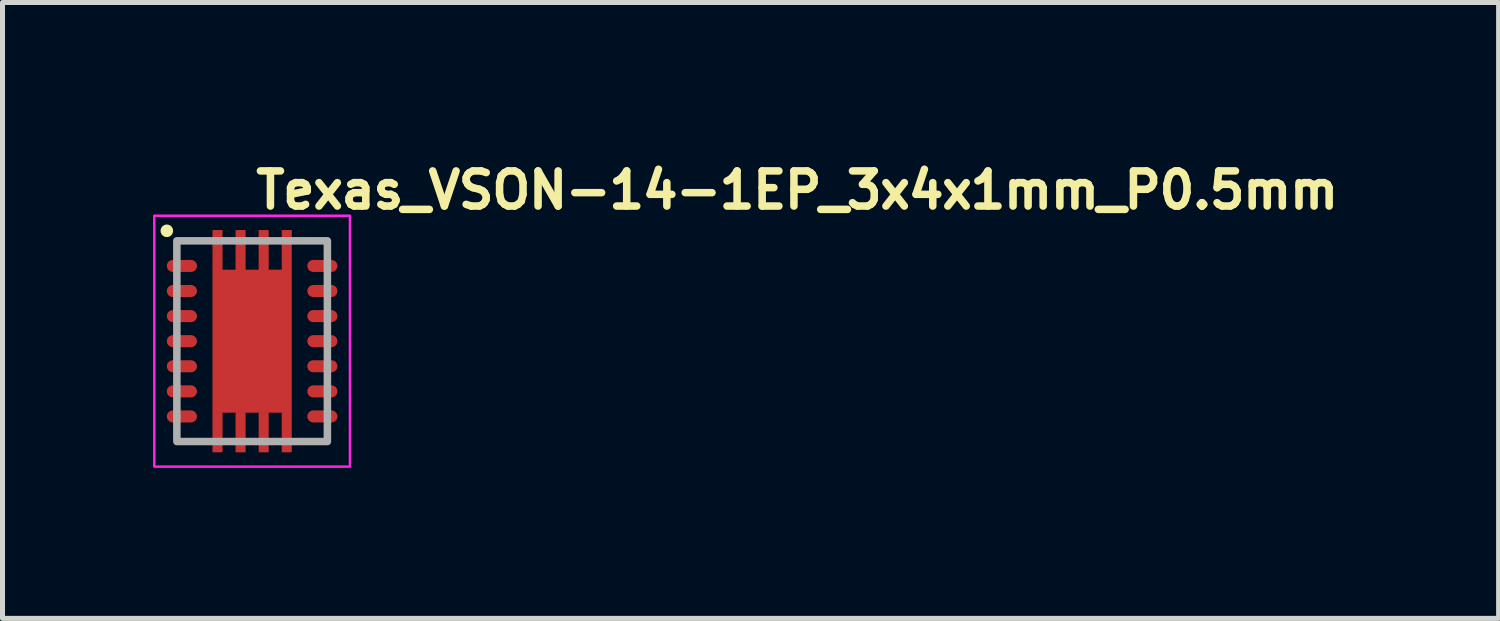
<source format=kicad_pcb>
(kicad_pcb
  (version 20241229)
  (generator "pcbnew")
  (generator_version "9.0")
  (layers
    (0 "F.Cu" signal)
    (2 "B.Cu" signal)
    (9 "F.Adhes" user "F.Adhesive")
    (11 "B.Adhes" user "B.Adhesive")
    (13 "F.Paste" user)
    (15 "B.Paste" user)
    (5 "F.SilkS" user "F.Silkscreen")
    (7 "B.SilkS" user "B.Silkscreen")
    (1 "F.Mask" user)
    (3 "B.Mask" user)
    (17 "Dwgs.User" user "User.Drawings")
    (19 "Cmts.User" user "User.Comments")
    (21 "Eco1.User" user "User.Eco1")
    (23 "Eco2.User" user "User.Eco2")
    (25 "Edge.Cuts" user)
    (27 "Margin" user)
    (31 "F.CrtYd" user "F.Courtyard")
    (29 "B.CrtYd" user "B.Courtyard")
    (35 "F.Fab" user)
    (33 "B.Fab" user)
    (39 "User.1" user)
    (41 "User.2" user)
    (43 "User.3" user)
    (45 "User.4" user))
  (footprint "Texas_VSON-14-1EP_3x4x1mm_P0.5mm"
    (layer "F.Cu")
    (at 1.975 3.75)
    (property "Reference" "Texas_VSON-14-1EP_3x4x1mm_P0.5mm" (at 0 -2.6 0) (layer "F.SilkS") (effects (font (size 0.7 0.7) (thickness 0.15)) (justify left bottom)))
    (attr smd)
    (fp_circle (center -1.7 -2.2) (end -1.7 -2.15) (stroke (width 0.15) (type solid)) (fill yes) (layer "F.SilkS"))
    (fp_rect (start -0.785 -1.42) (end -0.135 -0.105) (stroke (width 0.01) (type solid)) (fill yes) (layer "F.Paste"))
    (fp_rect (start -0.785 0.105) (end -0.135 1.42) (stroke (width 0.01) (type solid)) (fill yes) (layer "F.Paste"))
    (fp_rect (start 0.135 -1.42) (end 0.785 -0.105) (stroke (width 0.01) (type solid)) (fill yes) (layer "F.Paste"))
    (fp_rect (start 0.135 0.105) (end 0.785 1.42) (stroke (width 0.01) (type solid)) (fill yes) (layer "F.Paste"))
    (fp_rect (start 1.95 -2.5) (end -1.95 2.5) (stroke (width 0.05) (type solid)) (fill no) (layer "F.CrtYd"))
    (fp_rect (start 1.5 -2) (end -1.5 2) (stroke (width 0.15) (type solid)) (fill no) (layer "F.Fab"))
    (fp_rect (start 1.5 -2) (end -1.5 2) (stroke (width 0.1) (type solid)) (fill no) (layer "User.5"))
    (fp_line (start -1.5 -2) (end -1.5 2) (stroke (width 0.02) (type solid)) (layer "User.9"))
    (fp_line (start -1.5 2) (end 1.5 2) (stroke (width 0.02) (type solid)) (layer "User.9"))
    (fp_line (start 1.5 -2) (end -1.5 -2) (stroke (width 0.02) (type solid)) (layer "User.9"))
    (fp_line (start 1.5 2) (end 1.5 -2) (stroke (width 0.02) (type solid)) (layer "User.9"))
    (pad "1" smd oval (at -1.4 -1.5 270) (size 0.24 0.6) (layers "F.Cu" "F.Mask" "F.Paste"))
    (pad "2" smd oval (at -1.4 -1 270) (size 0.24 0.6) (layers "F.Cu" "F.Mask" "F.Paste"))
    (pad "3" smd oval (at -1.4 -0.5 270) (size 0.24 0.6) (layers "F.Cu" "F.Mask" "F.Paste"))
    (pad "4" smd oval (at -1.4 0 270) (size 0.24 0.6) (layers "F.Cu" "F.Mask" "F.Paste"))
    (pad "5" smd oval (at -1.4 0.5 270) (size 0.24 0.6) (layers "F.Cu" "F.Mask" "F.Paste"))
    (pad "6" smd oval (at -1.4 1 270) (size 0.24 0.6) (layers "F.Cu" "F.Mask" "F.Paste"))
    (pad "7" smd oval (at -1.4 1.5 270) (size 0.24 0.6) (layers "F.Cu" "F.Mask" "F.Paste"))
    (pad "8" smd oval (at 1.4 1.5 270) (size 0.24 0.6) (layers "F.Cu" "F.Mask" "F.Paste"))
    (pad "9" smd oval (at 1.4 1 270) (size 0.24 0.6) (layers "F.Cu" "F.Mask" "F.Paste"))
    (pad "10" smd oval (at 1.4 0.5 270) (size 0.24 0.6) (layers "F.Cu" "F.Mask" "F.Paste"))
    (pad "11" smd oval (at 1.4 0 270) (size 0.24 0.6) (layers "F.Cu" "F.Mask" "F.Paste"))
    (pad "12" smd oval (at 1.4 -0.5 270) (size 0.24 0.6) (layers "F.Cu" "F.Mask" "F.Paste"))
    (pad "13" smd oval (at 1.4 -1 270) (size 0.24 0.6) (layers "F.Cu" "F.Mask" "F.Paste"))
    (pad "14" smd oval (at 1.4 -1.5 270) (size 0.24 0.6) (layers "F.Cu" "F.Mask" "F.Paste"))
    (pad "15" smd rect (at -0.69 -1.815) (size 0.2 0.8) (layers "F.Cu" "F.Mask" "F.Paste"))
    (pad "15" smd rect (at -0.69 1.815) (size 0.2 0.8) (layers "F.Cu" "F.Mask" "F.Paste"))
    (pad "15" smd rect (at -0.23 -1.815) (size 0.2 0.8) (layers "F.Cu" "F.Mask" "F.Paste"))
    (pad "15" smd rect (at -0.23 1.815) (size 0.2 0.8) (layers "F.Cu" "F.Mask" "F.Paste"))
    (pad "15" smd rect (at 0 0) (size 1.58 2.85) (layers "F.Cu" "F.Mask"))
    (pad "15" smd rect (at 0.23 -1.815) (size 0.2 0.8) (layers "F.Cu" "F.Mask" "F.Paste"))
    (pad "15" smd rect (at 0.23 1.815) (size 0.2 0.8) (layers "F.Cu" "F.Mask" "F.Paste"))
    (pad "15" smd rect (at 0.69 -1.815) (size 0.2 0.8) (layers "F.Cu" "F.Mask" "F.Paste"))
    (pad "15" smd rect (at 0.69 1.815) (size 0.2 0.8) (layers "F.Cu" "F.Mask" "F.Paste")))
  (gr_rect
    (start -3 -3)
    (end 26.818 9.275)
    (stroke (width 0.1) (type default))
    (fill no)
    (layer "Edge.Cuts")))
</source>
